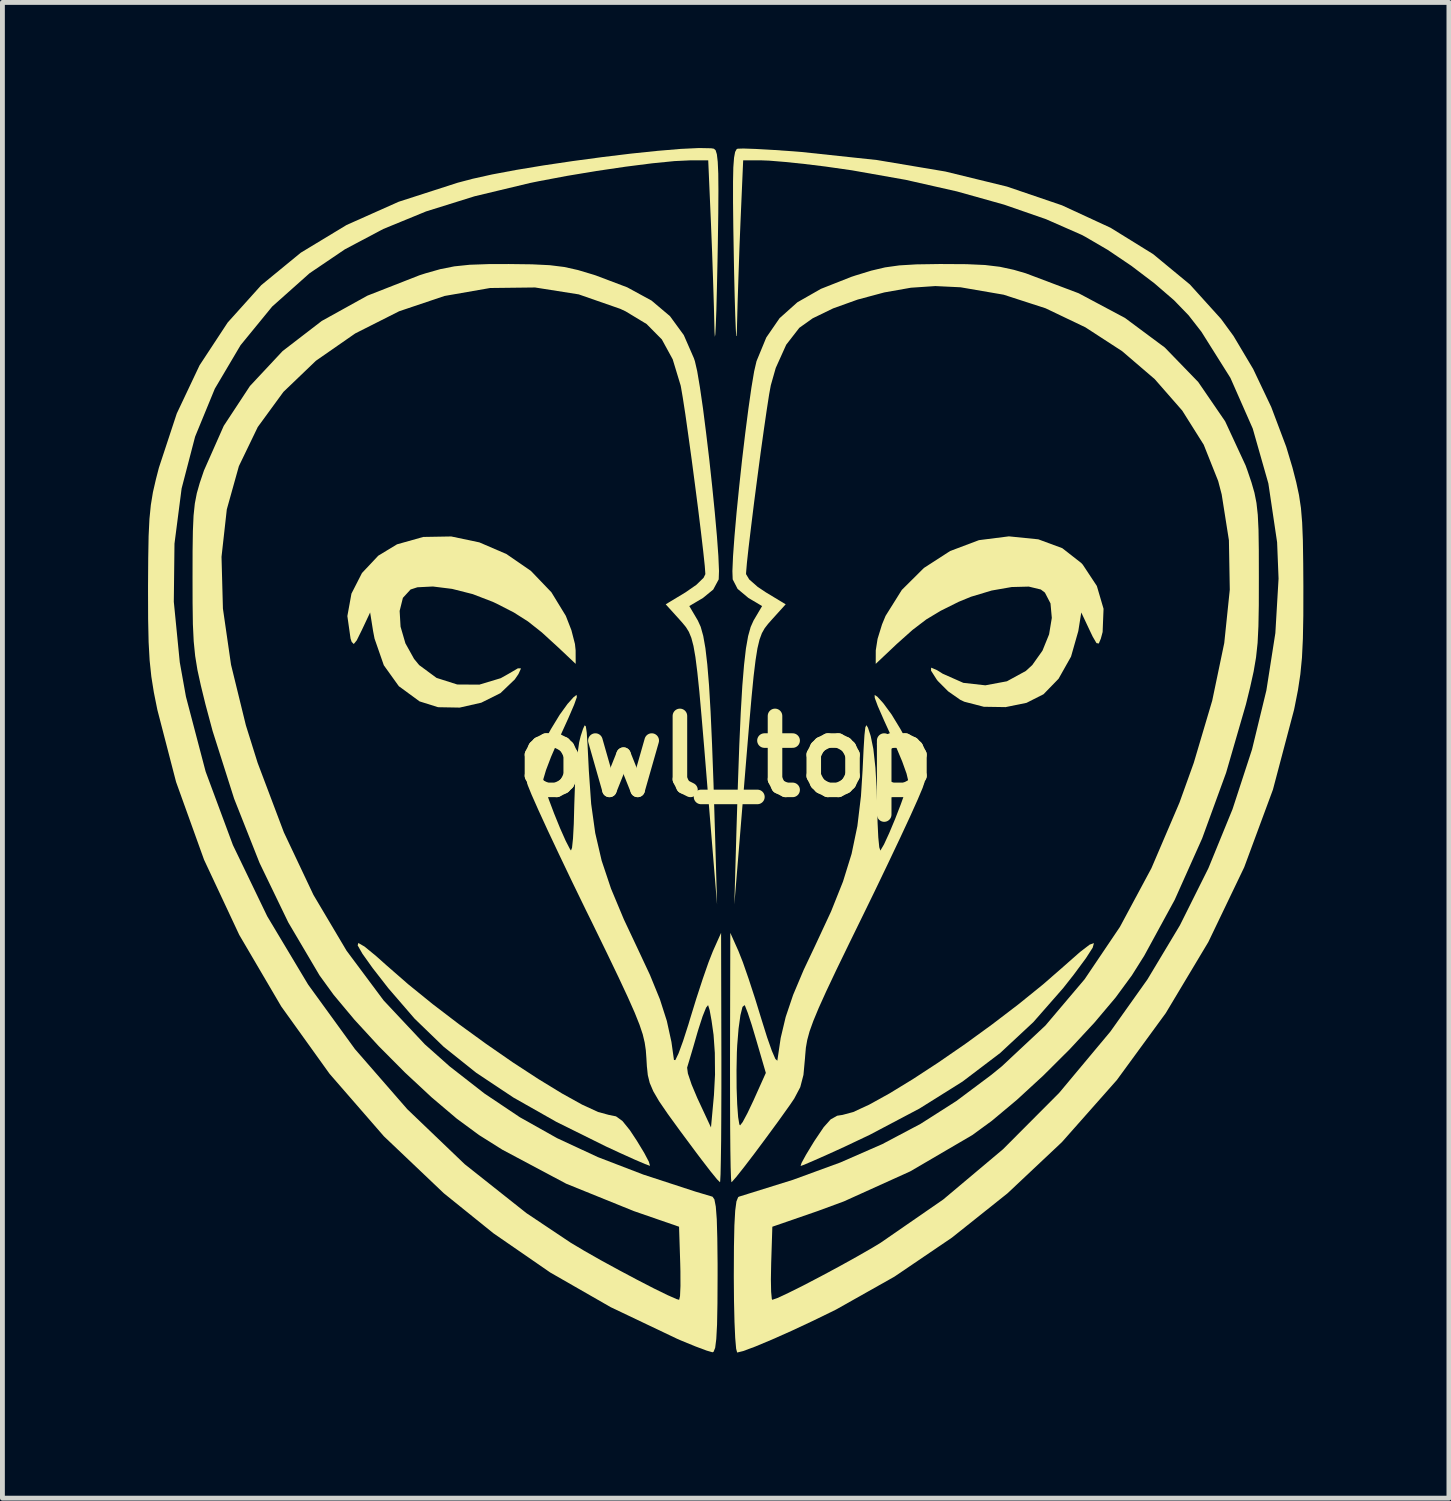
<source format=kicad_pcb>
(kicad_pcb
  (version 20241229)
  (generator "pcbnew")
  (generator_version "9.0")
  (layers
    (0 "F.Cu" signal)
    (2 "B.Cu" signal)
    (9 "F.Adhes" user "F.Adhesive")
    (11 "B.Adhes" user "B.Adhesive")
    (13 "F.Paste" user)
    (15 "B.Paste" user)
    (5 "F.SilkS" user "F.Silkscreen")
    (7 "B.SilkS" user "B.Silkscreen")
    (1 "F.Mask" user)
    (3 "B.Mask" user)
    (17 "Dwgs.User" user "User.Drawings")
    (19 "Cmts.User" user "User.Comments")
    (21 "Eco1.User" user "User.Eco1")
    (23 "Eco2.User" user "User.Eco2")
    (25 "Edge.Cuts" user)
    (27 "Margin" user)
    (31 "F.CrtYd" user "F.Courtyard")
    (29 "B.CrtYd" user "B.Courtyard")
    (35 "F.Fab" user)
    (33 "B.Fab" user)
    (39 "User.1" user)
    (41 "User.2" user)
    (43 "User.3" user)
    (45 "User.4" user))
  (footprint "owl_top"
    (layer "F.Cu")
    (at 11.902 12.535)
    (property "Reference" "owl_top" (at 0 0 0) (layer "F.SilkS") (effects (font (size 1.524 1.524) (thickness 0.3))))
    (attr board_only exclude_from_pos_files exclude_from_bom)
    (fp_poly (pts (xy -7.442 3.917) (xy -7.203 4.113) (xy -6.989 4.304) (xy -6.543 4.693) (xy -6.039 5.102) (xy -5.498 5.515) (xy -4.94 5.92) (xy -4.387 6.303) (xy -3.858 6.648) (xy -3.375 6.943) (xy -2.959 7.174) (xy -2.629 7.326) (xy -2.408 7.386) (xy -2.407 7.386) (xy -2.26 7.416) (xy -2.128 7.511) (xy -1.975 7.7) (xy -1.831 7.918) (xy -1.68 8.167) (xy -1.584 8.349) (xy -1.56 8.432) (xy -1.565 8.434) (xy -1.662 8.398) (xy -1.877 8.306) (xy -2.176 8.171) (xy -2.465 8.037) (xy -3.49 7.529) (xy -4.374 7.028) (xy -5.139 6.519) (xy -5.81 5.983) (xy -6.409 5.404) (xy -6.952 4.775) (xy -7.275 4.36) (xy -7.485 4.065) (xy -7.583 3.893) (xy -7.569 3.844)) (stroke (width 0) (type solid)) (fill yes) (layer "F.SilkS"))
    (fp_poly (pts (xy 7.561 3.941) (xy 7.423 4.156) (xy 7.173 4.494) (xy 6.952 4.775) (xy 6.339 5.474) (xy 5.656 6.11) (xy 4.88 6.699) (xy 3.991 7.256) (xy 2.966 7.797) (xy 2.443 8.045) (xy 2.098 8.202) (xy 1.811 8.329) (xy 1.615 8.413) (xy 1.543 8.439) (xy 1.563 8.375) (xy 1.656 8.205) (xy 1.802 7.964) (xy 1.831 7.918) (xy 2.019 7.639) (xy 2.163 7.478) (xy 2.297 7.403) (xy 2.407 7.386) (xy 2.627 7.327) (xy 2.956 7.175) (xy 3.372 6.945) (xy 3.855 6.65) (xy 4.383 6.305) (xy 4.937 5.923) (xy 5.494 5.518) (xy 6.036 5.104) (xy 6.54 4.696) (xy 6.986 4.307) (xy 6.989 4.304) (xy 7.301 4.029) (xy 7.5 3.877) (xy 7.587 3.847)) (stroke (width 0) (type solid)) (fill yes) (layer "F.SilkS"))
    (fp_poly (pts (xy -5.075 -4.41) (xy -4.518 -4.17) (xy -4.014 -3.823) (xy -3.591 -3.382) (xy -3.294 -2.896) (xy -3.179 -2.601) (xy -3.106 -2.317) (xy -3.092 -2.186) (xy -3.091 -1.907) (xy -3.447 -2.243) (xy -3.788 -2.555) (xy -4.075 -2.782) (xy -4.365 -2.966) (xy -4.716 -3.146) (xy -4.799 -3.185) (xy -5.212 -3.344) (xy -5.638 -3.452) (xy -6.033 -3.501) (xy -6.352 -3.485) (xy -6.493 -3.439) (xy -6.651 -3.267) (xy -6.718 -2.998) (xy -6.699 -2.673) (xy -6.599 -2.33) (xy -6.421 -2.01) (xy -6.316 -1.882) (xy -5.958 -1.618) (xy -5.531 -1.482) (xy -5.076 -1.479) (xy -4.635 -1.612) (xy -4.471 -1.704) (xy -4.282 -1.815) (xy -4.217 -1.814) (xy -4.27 -1.697) (xy -4.346 -1.586) (xy -4.641 -1.304) (xy -5.036 -1.107) (xy -5.481 -1.006) (xy -5.926 -1.014) (xy -6.308 -1.134) (xy -6.735 -1.447) (xy -7.044 -1.878) (xy -7.235 -2.427) (xy -7.265 -2.583) (xy -7.326 -2.966) (xy -7.498 -2.601) (xy -7.602 -2.391) (xy -7.663 -2.316) (xy -7.706 -2.359) (xy -7.729 -2.426) (xy -7.795 -2.892) (xy -7.711 -3.354) (xy -7.494 -3.779) (xy -7.158 -4.136) (xy -6.772 -4.37) (xy -6.231 -4.522) (xy -5.655 -4.532)) (stroke (width 0) (type solid)) (fill yes) (layer "F.SilkS"))
    (fp_poly (pts (xy 5.837 -4.534) (xy 6.441 -4.473) (xy 6.934 -4.291) (xy 7.325 -3.986) (xy 7.357 -3.951) (xy 7.647 -3.512) (xy 7.785 -3.042) (xy 7.766 -2.563) (xy 7.729 -2.426) (xy 7.687 -2.326) (xy 7.639 -2.335) (xy 7.561 -2.469) (xy 7.498 -2.601) (xy 7.326 -2.966) (xy 7.265 -2.583) (xy 7.115 -2.056) (xy 6.858 -1.6) (xy 6.548 -1.281) (xy 6.198 -1.104) (xy 5.767 -1.016) (xy 5.318 -1.023) (xy 4.916 -1.127) (xy 4.832 -1.167) (xy 4.582 -1.342) (xy 4.37 -1.555) (xy 4.346 -1.586) (xy 4.231 -1.767) (xy 4.232 -1.829) (xy 4.355 -1.777) (xy 4.471 -1.704) (xy 4.896 -1.516) (xy 5.35 -1.465) (xy 5.794 -1.548) (xy 6.184 -1.761) (xy 6.316 -1.882) (xy 6.526 -2.178) (xy 6.663 -2.515) (xy 6.719 -2.854) (xy 6.692 -3.153) (xy 6.577 -3.375) (xy 6.493 -3.439) (xy 6.245 -3.499) (xy 5.892 -3.49) (xy 5.48 -3.418) (xy 5.054 -3.29) (xy 4.799 -3.185) (xy 4.43 -3.001) (xy 4.132 -2.822) (xy 3.849 -2.606) (xy 3.523 -2.315) (xy 3.447 -2.243) (xy 3.091 -1.907) (xy 3.092 -2.186) (xy 3.129 -2.422) (xy 3.221 -2.72) (xy 3.294 -2.896) (xy 3.629 -3.431) (xy 4.084 -3.883) (xy 4.624 -4.232) (xy 5.218 -4.456) (xy 5.834 -4.534)) (stroke (width 0) (type solid)) (fill yes) (layer "F.SilkS"))
    (fp_poly (pts (xy 3.125 -1.23) (xy 3.236 -1.109) (xy 3.255 -1.086) (xy 3.417 -0.865) (xy 3.599 -0.566) (xy 3.781 -0.233) (xy 3.939 0.09) (xy 4.051 0.361) (xy 4.094 0.536) (xy 4.094 0.538) (xy 4.058 0.647) (xy 3.957 0.886) (xy 3.799 1.238) (xy 3.592 1.683) (xy 3.346 2.202) (xy 3.07 2.777) (xy 2.88 3.167) (xy 2.547 3.848) (xy 2.28 4.398) (xy 2.073 4.836) (xy 1.917 5.181) (xy 1.805 5.451) (xy 1.728 5.665) (xy 1.68 5.842) (xy 1.652 6.001) (xy 1.638 6.16) (xy 1.634 6.216) (xy 1.602 6.562) (xy 1.536 6.815) (xy 1.412 7.05) (xy 1.329 7.173) (xy 1.085 7.515) (xy 0.831 7.861) (xy 0.589 8.186) (xy 0.378 8.462) (xy 0.217 8.665) (xy 0.128 8.766) (xy 0.118 8.773) (xy 0.11 8.693) (xy 0.102 8.466) (xy 0.096 8.112) (xy 0.092 7.651) (xy 0.09 7.104) (xy 0.089 6.491) (xy 0.089 6.467) (xy 0.223 6.467) (xy 0.225 6.836) (xy 0.237 7.169) (xy 0.256 7.43) (xy 0.281 7.581) (xy 0.296 7.603) (xy 0.35 7.533) (xy 0.449 7.348) (xy 0.573 7.087) (xy 0.584 7.062) (xy 0.827 6.521) (xy 0.63 5.845) (xy 0.536 5.53) (xy 0.454 5.282) (xy 0.399 5.141) (xy 0.389 5.124) (xy 0.346 5.161) (xy 0.303 5.333) (xy 0.265 5.608) (xy 0.237 5.954) (xy 0.23 6.099) (xy 0.223 6.467) (xy 0.089 6.467) (xy 0.089 6.204) (xy 0.095 3.635) (xy 0.263 4.011) (xy 0.353 4.239) (xy 0.472 4.581) (xy 0.606 4.991) (xy 0.738 5.42) (xy 0.853 5.787) (xy 0.951 6.066) (xy 1.024 6.234) (xy 1.063 6.269) (xy 1.066 6.255) (xy 1.133 5.801) (xy 1.236 5.368) (xy 1.389 4.914) (xy 1.607 4.397) (xy 1.842 3.901) (xy 2.171 3.194) (xy 2.417 2.578) (xy 2.594 2.007) (xy 2.713 1.435) (xy 2.787 0.817) (xy 2.82 0.292) (xy 2.841 -0.148) (xy 2.859 -0.44) (xy 2.877 -0.599) (xy 2.899 -0.644) (xy 2.931 -0.592) (xy 2.975 -0.46) (xy 2.988 -0.418) (xy 3.042 -0.154) (xy 3.085 0.234) (xy 3.112 0.702) (xy 3.119 0.977) (xy 3.129 1.36) (xy 3.144 1.669) (xy 3.164 1.871) (xy 3.186 1.939) (xy 3.188 1.938) (xy 3.261 1.814) (xy 3.368 1.582) (xy 3.491 1.288) (xy 3.609 0.983) (xy 3.704 0.715) (xy 3.756 0.533) (xy 3.76 0.497) (xy 3.726 0.354) (xy 3.637 0.105) (xy 3.508 -0.202) (xy 3.46 -0.309) (xy 3.263 -0.741) (xy 3.134 -1.036) (xy 3.071 -1.207) (xy 3.069 -1.267)) (stroke (width 0) (type solid)) (fill yes) (layer "F.SilkS"))
    (fp_poly (pts (xy -3.067 -1.222) (xy -3.122 -1.067) (xy -3.241 -0.79) (xy -3.429 -0.377) (xy -3.46 -0.309) (xy -3.598 0.008) (xy -3.702 0.281) (xy -3.756 0.464) (xy -3.76 0.497) (xy -3.728 0.637) (xy -3.647 0.88) (xy -3.535 1.177) (xy -3.412 1.48) (xy -3.296 1.741) (xy -3.209 1.909) (xy -3.188 1.938) (xy -3.166 1.882) (xy -3.146 1.69) (xy -3.13 1.389) (xy -3.12 1.01) (xy -3.119 0.977) (xy -3.102 0.482) (xy -3.067 0.045) (xy -3.019 -0.292) (xy -2.988 -0.418) (xy -2.94 -0.566) (xy -2.906 -0.64) (xy -2.882 -0.62) (xy -2.863 -0.491) (xy -2.846 -0.233) (xy -2.826 0.169) (xy -2.82 0.292) (xy -2.772 0.977) (xy -2.688 1.579) (xy -2.556 2.147) (xy -2.363 2.724) (xy -2.098 3.358) (xy -1.842 3.901) (xy -1.561 4.501) (xy -1.356 5.003) (xy -1.213 5.449) (xy -1.118 5.883) (xy -1.066 6.255) (xy -1.037 6.256) (xy -0.971 6.118) (xy -0.878 5.863) (xy -0.766 5.515) (xy -0.738 5.42) (xy -0.605 4.988) (xy -0.471 4.578) (xy -0.352 4.237) (xy -0.263 4.011) (xy -0.095 3.635) (xy -0.089 6.204) (xy -0.089 6.84) (xy -0.091 7.419) (xy -0.094 7.92) (xy -0.1 8.323) (xy -0.106 8.609) (xy -0.114 8.757) (xy -0.118 8.773) (xy -0.18 8.711) (xy -0.316 8.544) (xy -0.502 8.302) (xy -0.604 8.167) (xy -0.942 7.712) (xy -1.194 7.365) (xy -1.373 7.103) (xy -1.492 6.899) (xy -1.565 6.728) (xy -1.605 6.566) (xy -1.621 6.412) (xy -0.795 6.412) (xy -0.779 6.533) (xy -0.703 6.759) (xy -0.584 7.042) (xy -0.566 7.08) (xy -0.303 7.645) (xy -0.242 6.977) (xy -0.22 6.558) (xy -0.224 6.109) (xy -0.25 5.737) (xy -0.291 5.446) (xy -0.331 5.226) (xy -0.363 5.124) (xy -0.363 5.124) (xy -0.404 5.176) (xy -0.476 5.355) (xy -0.563 5.624) (xy -0.584 5.694) (xy -0.673 6.003) (xy -0.748 6.255) (xy -0.792 6.402) (xy -0.795 6.412) (xy -1.621 6.412) (xy -1.624 6.387) (xy -1.634 6.216) (xy -1.646 6.052) (xy -1.669 5.896) (xy -1.709 5.727) (xy -1.776 5.527) (xy -1.876 5.277) (xy -2.017 4.959) (xy -2.206 4.554) (xy -2.452 4.042) (xy -2.762 3.406) (xy -2.88 3.167) (xy -3.172 2.566) (xy -3.438 2.009) (xy -3.671 1.515) (xy -3.861 1.101) (xy -4 0.787) (xy -4.079 0.592) (xy -4.094 0.538) (xy -4.052 0.366) (xy -3.942 0.096) (xy -3.784 -0.226) (xy -3.603 -0.559) (xy -3.42 -0.859) (xy -3.258 -1.083) (xy -3.255 -1.086) (xy -3.137 -1.218) (xy -3.073 -1.268)) (stroke (width 0) (type solid)) (fill yes) (layer "F.SilkS"))
    (fp_poly (pts (xy -0.3 -12.53) (xy -0.244 -12.521) (xy -0.208 -12.49) (xy -0.182 -12.406) (xy -0.164 -12.251) (xy -0.153 -12.008) (xy -0.15 -11.659) (xy -0.153 -11.187) (xy -0.162 -10.574) (xy -0.169 -10.193) (xy -0.181 -9.647) (xy -0.192 -9.208) (xy -0.204 -8.887) (xy -0.214 -8.696) (xy -0.223 -8.645) (xy -0.23 -8.746) (xy -0.232 -8.822) (xy -0.243 -9.264) (xy -0.26 -9.808) (xy -0.28 -10.389) (xy -0.302 -10.943) (xy -0.305 -11.016) (xy -0.36 -12.282) (xy -0.719 -12.282) (xy -1.055 -12.266) (xy -1.517 -12.22) (xy -2.066 -12.15) (xy -2.663 -12.062) (xy -3.27 -11.961) (xy -3.849 -11.852) (xy -4.035 -11.814) (xy -5.174 -11.541) (xy -6.173 -11.229) (xy -7.055 -10.867) (xy -7.846 -10.448) (xy -8.568 -9.959) (xy -8.574 -9.955) (xy -9.344 -9.269) (xy -9.996 -8.472) (xy -10.526 -7.576) (xy -10.932 -6.589) (xy -11.21 -5.521) (xy -11.357 -4.384) (xy -11.371 -3.187) (xy -11.248 -1.94) (xy -11.121 -1.232) (xy -10.715 0.313) (xy -10.153 1.827) (xy -9.446 3.294) (xy -8.604 4.7) (xy -7.639 6.03) (xy -6.56 7.269) (xy -5.378 8.401) (xy -4.104 9.411) (xy -3.194 10.019) (xy -2.914 10.186) (xy -2.571 10.381) (xy -2.197 10.585) (xy -1.823 10.784) (xy -1.48 10.961) (xy -1.2 11.098) (xy -1.014 11.18) (xy -0.959 11.196) (xy -0.941 11.119) (xy -0.932 10.912) (xy -0.933 10.612) (xy -0.937 10.443) (xy -0.961 9.69) (xy -1.892 9.368) (xy -3.285 8.804) (xy -4.602 8.103) (xy -5.082 7.801) (xy -5.54 7.464) (xy -6.059 7.024) (xy -6.606 6.515) (xy -7.147 5.971) (xy -7.648 5.426) (xy -8.077 4.913) (xy -8.368 4.512) (xy -9.013 3.419) (xy -9.604 2.195) (xy -10.128 0.871) (xy -10.571 -0.522) (xy -10.719 -1.074) (xy -10.814 -1.462) (xy -10.884 -1.781) (xy -10.931 -2.071) (xy -10.961 -2.372) (xy -10.978 -2.725) (xy -10.984 -3.17) (xy -10.985 -3.676) (xy -10.984 -4.228) (xy -10.978 -4.645) (xy -10.964 -4.961) (xy -10.938 -5.209) (xy -10.897 -5.422) (xy -10.837 -5.633) (xy -10.755 -5.875) (xy -10.75 -5.89) (xy -10.342 -6.811) (xy -9.802 -7.632) (xy -9.129 -8.352) (xy -8.323 -8.972) (xy -7.383 -9.493) (xy -6.308 -9.914) (xy -6.183 -9.954) (xy -5.879 -10.04) (xy -5.592 -10.097) (xy -5.275 -10.13) (xy -4.878 -10.144) (xy -4.47 -10.145) (xy -3.989 -10.139) (xy -3.624 -10.121) (xy -3.325 -10.084) (xy -3.043 -10.021) (xy -2.726 -9.926) (xy -2.674 -9.909) (xy -2.029 -9.665) (xy -1.528 -9.392) (xy -1.148 -9.071) (xy -0.864 -8.682) (xy -0.655 -8.204) (xy -0.634 -8.141) (xy -0.587 -7.937) (xy -0.531 -7.604) (xy -0.468 -7.171) (xy -0.404 -6.668) (xy -0.339 -6.124) (xy -0.279 -5.569) (xy -0.225 -5.031) (xy -0.181 -4.541) (xy -0.151 -4.128) (xy -0.138 -3.821) (xy -0.144 -3.649) (xy -0.144 -3.648) (xy -0.257 -3.438) (xy -0.468 -3.265) (xy -0.75 -3.098) (xy -0.574 -2.8) (xy -0.515 -2.67) (xy -0.463 -2.484) (xy -0.418 -2.23) (xy -0.379 -1.893) (xy -0.343 -1.46) (xy -0.311 -0.915) (xy -0.281 -0.246) (xy -0.251 0.562) (xy -0.222 1.522) (xy -0.221 1.546) (xy -0.178 3.05) (xy -0.377 0.627) (xy -0.442 -0.171) (xy -0.497 -0.819) (xy -0.543 -1.337) (xy -0.585 -1.74) (xy -0.624 -2.047) (xy -0.664 -2.276) (xy -0.708 -2.443) (xy -0.759 -2.567) (xy -0.819 -2.664) (xy -0.893 -2.754) (xy -0.958 -2.827) (xy -1.236 -3.134) (xy -0.827 -3.381) (xy -0.604 -3.536) (xy -0.456 -3.68) (xy -0.419 -3.756) (xy -0.431 -3.923) (xy -0.463 -4.224) (xy -0.51 -4.626) (xy -0.568 -5.098) (xy -0.634 -5.608) (xy -0.702 -6.124) (xy -0.77 -6.614) (xy -0.831 -7.047) (xy -0.884 -7.39) (xy -0.922 -7.612) (xy -0.929 -7.645) (xy -1.092 -8.182) (xy -1.316 -8.592) (xy -1.63 -8.909) (xy -2.062 -9.17) (xy -2.173 -9.222) (xy -3.029 -9.52) (xy -3.928 -9.662) (xy -4.854 -9.651) (xy -5.793 -9.487) (xy -6.728 -9.172) (xy -7.633 -8.715) (xy -8.443 -8.152) (xy -9.113 -7.51) (xy -9.641 -6.787) (xy -10.03 -5.981) (xy -10.279 -5.09) (xy -10.388 -4.112) (xy -10.359 -3.046) (xy -10.192 -1.89) (xy -9.886 -0.641) (xy -9.644 0.132) (xy -9.103 1.565) (xy -8.494 2.853) (xy -7.811 4.004) (xy -7.049 5.026) (xy -6.202 5.929) (xy -5.688 6.386) (xy -4.971 6.945) (xy -4.243 7.433) (xy -3.474 7.865) (xy -2.635 8.255) (xy -1.696 8.616) (xy -0.628 8.965) (xy -0.272 9.071) (xy -0.233 9.126) (xy -0.204 9.275) (xy -0.184 9.535) (xy -0.173 9.923) (xy -0.167 10.456) (xy -0.167 10.692) (xy -0.17 11.273) (xy -0.178 11.705) (xy -0.194 12.003) (xy -0.217 12.185) (xy -0.25 12.267) (xy -0.272 12.277) (xy -0.393 12.242) (xy -0.623 12.156) (xy -0.918 12.035) (xy -1.003 11.998) (xy -2.368 11.348) (xy -3.615 10.633) (xy -4.787 9.824) (xy -5.807 9.001) (xy -7.041 7.828) (xy -8.161 6.54) (xy -9.157 5.152) (xy -10.022 3.678) (xy -10.747 2.131) (xy -11.324 0.527) (xy -11.71 -0.961) (xy -11.782 -1.319) (xy -11.834 -1.645) (xy -11.869 -1.979) (xy -11.89 -2.358) (xy -11.9 -2.822) (xy -11.902 -3.408) (xy -11.902 -3.509) (xy -11.898 -4.091) (xy -11.89 -4.54) (xy -11.873 -4.892) (xy -11.844 -5.182) (xy -11.801 -5.444) (xy -11.739 -5.713) (xy -11.678 -5.949) (xy -11.31 -7.065) (xy -10.84 -8.059) (xy -10.261 -8.94) (xy -9.568 -9.711) (xy -8.754 -10.379) (xy -7.812 -10.949) (xy -6.738 -11.428) (xy -5.523 -11.82) (xy -5.216 -11.901) (xy -4.812 -11.991) (xy -4.316 -12.084) (xy -3.754 -12.177) (xy -3.155 -12.266) (xy -2.545 -12.348) (xy -1.952 -12.42) (xy -1.404 -12.477) (xy -0.927 -12.517) (xy -0.55 -12.535)) (stroke (width 0) (type solid)) (fill yes) (layer "F.SilkS"))
    (fp_poly (pts (xy 0.622 -12.516) (xy 0.977 -12.496) (xy 1.398 -12.467) (xy 1.558 -12.454) (xy 3.116 -12.288) (xy 4.526 -12.051) (xy 5.795 -11.741) (xy 6.928 -11.355) (xy 7.93 -10.892) (xy 8.807 -10.349) (xy 9.564 -9.724) (xy 10.206 -9.014) (xy 10.462 -8.664) (xy 10.868 -7.982) (xy 11.24 -7.199) (xy 11.549 -6.379) (xy 11.678 -5.949) (xy 11.755 -5.65) (xy 11.812 -5.385) (xy 11.852 -5.12) (xy 11.877 -4.819) (xy 11.892 -4.449) (xy 11.899 -3.972) (xy 11.902 -3.509) (xy 11.901 -2.901) (xy 11.892 -2.422) (xy 11.873 -2.032) (xy 11.84 -1.694) (xy 11.791 -1.369) (xy 11.722 -1.018) (xy 11.71 -0.961) (xy 11.275 0.684) (xy 10.683 2.284) (xy 9.944 3.824) (xy 9.066 5.29) (xy 8.058 6.669) (xy 6.927 7.947) (xy 5.807 9.001) (xy 4.662 9.914) (xy 3.476 10.719) (xy 2.289 11.388) (xy 2.257 11.405) (xy 1.806 11.625) (xy 1.362 11.833) (xy 0.953 12.015) (xy 0.609 12.159) (xy 0.359 12.252) (xy 0.236 12.282) (xy 0.215 12.203) (xy 0.196 11.982) (xy 0.181 11.646) (xy 0.171 11.219) (xy 0.167 10.728) (xy 0.167 10.692) (xy 0.17 10.102) (xy 0.179 9.663) (xy 0.196 9.358) (xy 0.221 9.169) (xy 0.256 9.082) (xy 0.272 9.071) (xy 1.384 8.724) (xy 2.36 8.367) (xy 3.226 7.988) (xy 4.014 7.571) (xy 4.751 7.101) (xy 5.468 6.565) (xy 5.688 6.386) (xy 6.586 5.546) (xy 7.395 4.591) (xy 8.122 3.513) (xy 8.771 2.304) (xy 9.349 0.953) (xy 9.644 0.132) (xy 10.024 -1.149) (xy 10.272 -2.336) (xy 10.386 -3.435) (xy 10.368 -4.454) (xy 10.219 -5.399) (xy 10.147 -5.674) (xy 9.849 -6.422) (xy 9.406 -7.126) (xy 8.839 -7.774) (xy 8.167 -8.35) (xy 7.411 -8.841) (xy 6.591 -9.233) (xy 5.727 -9.513) (xy 4.839 -9.666) (xy 4.32 -9.691) (xy 3.816 -9.657) (xy 3.268 -9.56) (xy 2.72 -9.413) (xy 2.213 -9.231) (xy 1.791 -9.026) (xy 1.517 -8.831) (xy 1.247 -8.483) (xy 1.031 -8.004) (xy 0.929 -7.645) (xy 0.895 -7.459) (xy 0.846 -7.143) (xy 0.786 -6.73) (xy 0.719 -6.251) (xy 0.651 -5.738) (xy 0.584 -5.224) (xy 0.524 -4.739) (xy 0.473 -4.316) (xy 0.437 -3.987) (xy 0.42 -3.784) (xy 0.419 -3.756) (xy 0.485 -3.646) (xy 0.657 -3.495) (xy 0.827 -3.381) (xy 1.236 -3.134) (xy 0.958 -2.827) (xy 0.874 -2.732) (xy 0.804 -2.642) (xy 0.746 -2.54) (xy 0.697 -2.407) (xy 0.654 -2.227) (xy 0.615 -1.981) (xy 0.575 -1.652) (xy 0.533 -1.223) (xy 0.485 -0.676) (xy 0.428 0.007) (xy 0.377 0.627) (xy 0.178 3.05) (xy 0.221 1.546) (xy 0.251 0.581) (xy 0.28 -0.23) (xy 0.31 -0.902) (xy 0.342 -1.449) (xy 0.378 -1.885) (xy 0.417 -2.224) (xy 0.462 -2.479) (xy 0.514 -2.666) (xy 0.573 -2.798) (xy 0.574 -2.8) (xy 0.75 -3.098) (xy 0.468 -3.265) (xy 0.245 -3.452) (xy 0.144 -3.648) (xy 0.138 -3.817) (xy 0.151 -4.123) (xy 0.181 -4.535) (xy 0.224 -5.024) (xy 0.278 -5.561) (xy 0.338 -6.117) (xy 0.403 -6.661) (xy 0.468 -7.165) (xy 0.53 -7.599) (xy 0.586 -7.933) (xy 0.634 -8.139) (xy 0.634 -8.141) (xy 0.836 -8.631) (xy 1.11 -9.029) (xy 1.477 -9.357) (xy 1.963 -9.634) (xy 2.589 -9.881) (xy 2.674 -9.909) (xy 3 -10.009) (xy 3.284 -10.076) (xy 3.577 -10.117) (xy 3.929 -10.138) (xy 4.39 -10.145) (xy 4.47 -10.145) (xy 4.966 -10.142) (xy 5.343 -10.125) (xy 5.65 -10.088) (xy 5.936 -10.026) (xy 6.183 -9.954) (xy 7.272 -9.543) (xy 8.227 -9.034) (xy 9.048 -8.424) (xy 9.735 -7.715) (xy 10.29 -6.905) (xy 10.712 -5.995) (xy 10.75 -5.89) (xy 10.833 -5.645) (xy 10.894 -5.433) (xy 10.936 -5.221) (xy 10.963 -4.976) (xy 10.978 -4.665) (xy 10.984 -4.254) (xy 10.985 -3.711) (xy 10.985 -3.676) (xy 10.984 -3.117) (xy 10.976 -2.684) (xy 10.959 -2.338) (xy 10.927 -2.04) (xy 10.877 -1.748) (xy 10.805 -1.424) (xy 10.719 -1.074) (xy 10.31 0.337) (xy 9.816 1.691) (xy 9.25 2.957) (xy 8.624 4.105) (xy 8.368 4.512) (xy 8.033 4.968) (xy 7.595 5.487) (xy 7.088 6.033) (xy 6.544 6.575) (xy 5.998 7.077) (xy 5.484 7.507) (xy 5.082 7.801) (xy 3.803 8.549) (xy 2.435 9.168) (xy 1.892 9.368) (xy 0.961 9.69) (xy 0.937 10.443) (xy 0.931 10.774) (xy 0.936 11.031) (xy 0.95 11.177) (xy 0.959 11.196) (xy 1.069 11.158) (xy 1.293 11.053) (xy 1.6 10.9) (xy 1.958 10.713) (xy 2.336 10.51) (xy 2.702 10.307) (xy 3.026 10.121) (xy 3.194 10.019) (xy 4.483 9.128) (xy 5.714 8.093) (xy 6.869 6.934) (xy 7.926 5.669) (xy 8.689 4.595) (xy 9.358 3.48) (xy 9.946 2.302) (xy 10.443 1.086) (xy 10.844 -0.143) (xy 11.14 -1.361) (xy 11.325 -2.542) (xy 11.391 -3.663) (xy 11.361 -4.412) (xy 11.181 -5.624) (xy 10.859 -6.755) (xy 10.399 -7.799) (xy 9.801 -8.75) (xy 9.537 -9.089) (xy 9.237 -9.399) (xy 8.831 -9.749) (xy 8.361 -10.106) (xy 7.872 -10.436) (xy 7.406 -10.708) (xy 7.328 -10.749) (xy 6.602 -11.068) (xy 5.738 -11.368) (xy 4.764 -11.641) (xy 3.708 -11.88) (xy 2.6 -12.076) (xy 2.054 -12.154) (xy 1.628 -12.206) (xy 1.226 -12.248) (xy 0.898 -12.275) (xy 0.719 -12.282) (xy 0.36 -12.282) (xy 0.305 -11.016) (xy 0.283 -10.471) (xy 0.263 -9.89) (xy 0.245 -9.337) (xy 0.233 -8.877) (xy 0.232 -8.822) (xy 0.226 -8.664) (xy 0.217 -8.661) (xy 0.208 -8.803) (xy 0.197 -9.078) (xy 0.185 -9.476) (xy 0.173 -9.985) (xy 0.169 -10.193) (xy 0.157 -10.886) (xy 0.151 -11.429) (xy 0.151 -11.84) (xy 0.157 -12.136) (xy 0.172 -12.335) (xy 0.194 -12.454) (xy 0.224 -12.51) (xy 0.244 -12.521) (xy 0.366 -12.525)) (stroke (width 0) (type solid)) (fill yes) (layer "F.SilkS")))
  (gr_rect
    (start -3 -3)
    (end 26.803 27.818)
    (stroke (width 0.1) (type default))
    (fill no)
    (layer "Edge.Cuts")))
</source>
